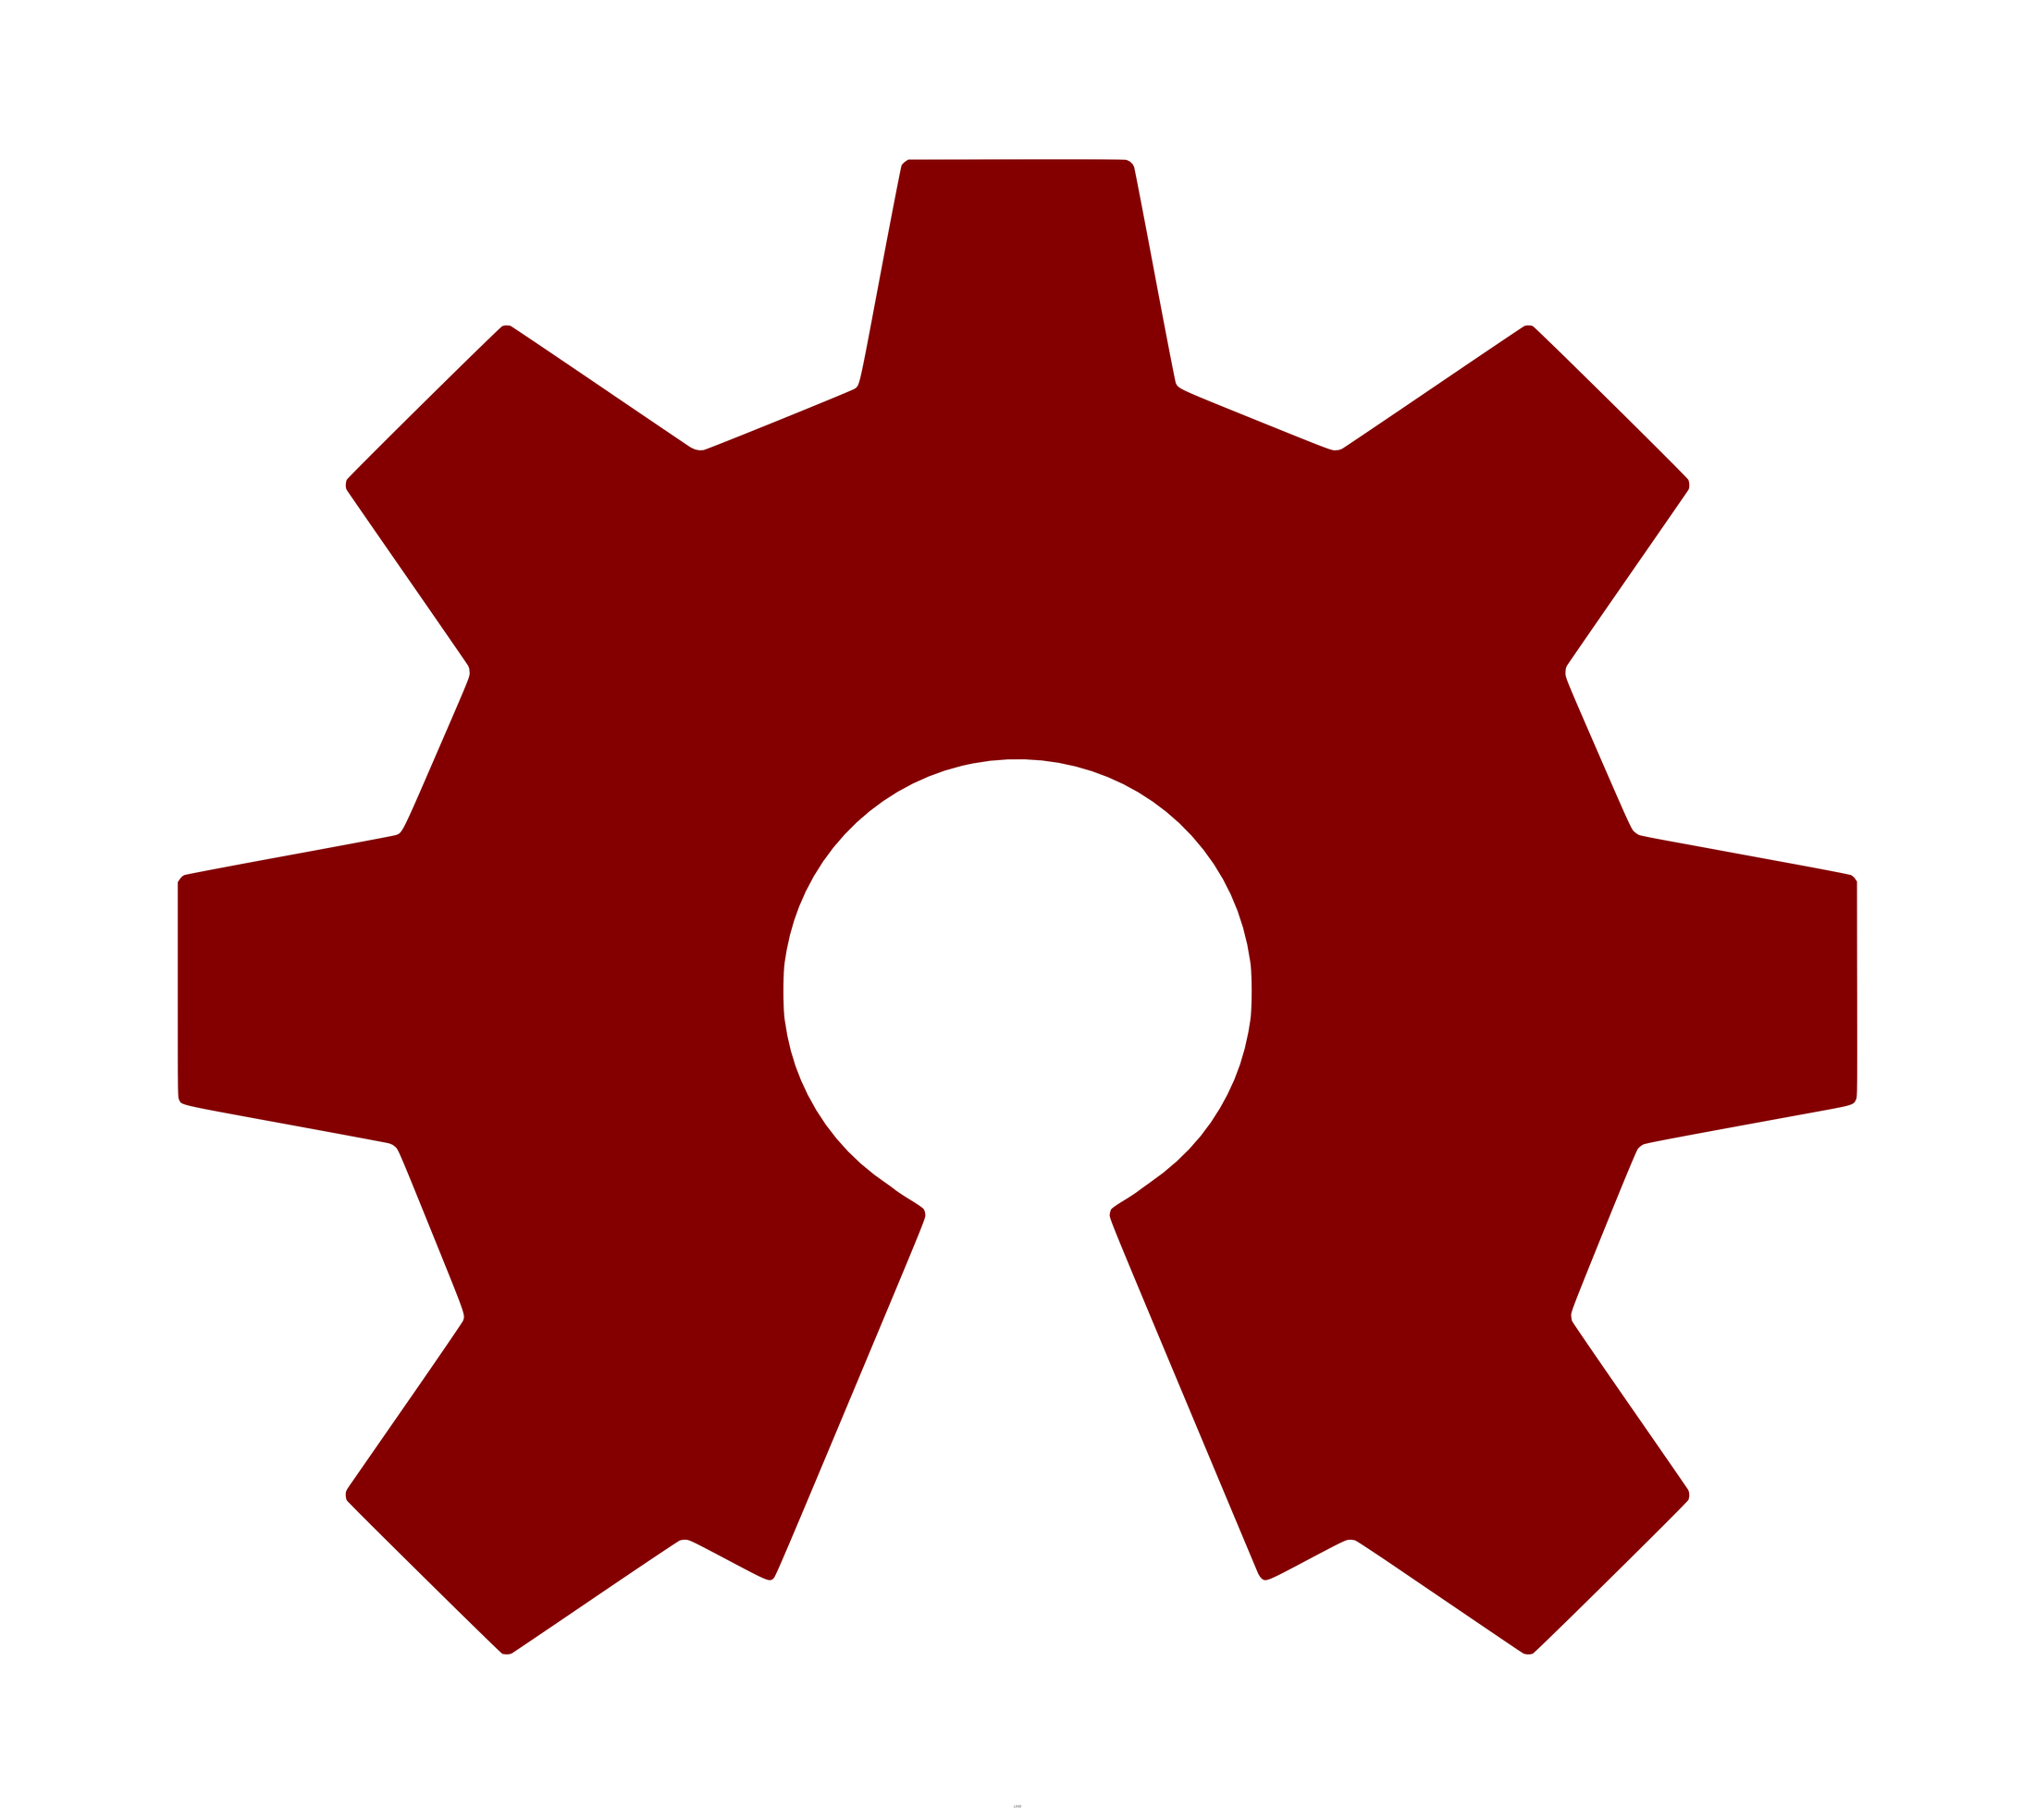
<source format=kicad_sym>
(kicad_symbol_lib
  (version 20220914)
  (generator "bitmap2component")
  (generator_version "9.0")
  (symbol "LOGO"
    (pin_names
      (offset 1.016))
    (property "Reference" "#G"
      (at 0 303.76 0)
      (effects (font (size 1.27 1.27)) hide))
    (symbol "LOGO_0_0"
      (polyline (pts (xy -206.635 -303.744) (xy -205.687 -303.464) (xy -205.676 -303.458) (xy -205.324 -303.233) (xy -204.549 -302.721) (xy -203.378 -301.939) (xy -201.836 -300.904) (xy -199.949 -299.634) (xy -197.742 -298.145) (xy -195.24 -296.456) (xy -192.469 -294.582) (xy -189.455 -292.542) (xy -186.223 -290.353) (xy -182.799 -288.032) (xy -179.208 -285.596) (xy -175.476 -283.062) (xy -171.629 -280.449) (xy -171.293 -280.221) (xy -167.449 -277.611) (xy -163.719 -275.084) (xy -160.128 -272.656) (xy -156.703 -270.344) (xy -153.47 -268.166) (xy -150.453 -266.139) (xy -147.68 -264.281) (xy -145.175 -262.608) (xy -142.965 -261.138) (xy -141.076 -259.889) (xy -139.534 -258.877) (xy -138.363 -258.12) (xy -137.59 -257.635) (xy -137.242 -257.439) (xy -136.1 -257.197) (xy -134.634 -257.185) (xy -134.598 -257.188) (xy -134.244 -257.24) (xy -133.829 -257.344) (xy -133.316 -257.519) (xy -132.666 -257.783) (xy -131.842 -258.154) (xy -130.805 -258.652) (xy -129.517 -259.296) (xy -127.939 -260.104) (xy -126.034 -261.094) (xy -123.764 -262.286) (xy -121.09 -263.698) (xy -117.974 -265.349) (xy -116.358 -266.207) (xy -113.295 -267.828) (xy -110.661 -269.215) (xy -108.417 -270.382) (xy -106.529 -271.344) (xy -104.959 -272.115) (xy -103.671 -272.711) (xy -102.629 -273.144) (xy -101.797 -273.431) (xy -101.138 -273.585) (xy -100.615 -273.621) (xy -100.194 -273.554) (xy -99.836 -273.398) (xy -99.507 -273.168) (xy -99.169 -272.878) (xy -99.075 -272.769) (xy -98.928 -272.539) (xy -98.731 -272.181) (xy -98.477 -271.68) (xy -98.159 -271.019) (xy -97.771 -270.181) (xy -97.305 -269.151) (xy -96.755 -267.913) (xy -96.114 -266.45) (xy -95.375 -264.746) (xy -94.531 -262.785) (xy -93.575 -260.55) (xy -92.5 -258.026) (xy -91.3 -255.197) (xy -89.967 -252.046) (xy -88.495 -248.557) (xy -86.876 -244.714) (xy -85.105 -240.501) (xy -83.173 -235.901) (xy -81.074 -230.899) (xy -78.802 -225.477) (xy -76.349 -219.621) (xy -73.708 -213.314) (xy -70.873 -206.54) (xy -67.837 -199.282) (xy -65.162 -192.889) (xy -62.355 -186.177) (xy -59.744 -179.933) (xy -57.321 -174.137) (xy -55.08 -168.774) (xy -53.013 -163.826) (xy -51.114 -159.276) (xy -49.375 -155.107) (xy -47.79 -151.3) (xy -46.351 -147.84) (xy -45.052 -144.709) (xy -43.885 -141.89) (xy -42.843 -139.365) (xy -41.92 -137.117) (xy -41.108 -135.129) (xy -40.4 -133.384) (xy -39.789 -131.865) (xy -39.268 -130.554) (xy -38.831 -129.434) (xy -38.469 -128.488) (xy -38.177 -127.698) (xy -37.946 -127.048) (xy -37.771 -126.521) (xy -37.643 -126.098) (xy -37.556 -125.763) (xy -37.504 -125.498) (xy -37.477 -125.287) (xy -37.471 -125.112) (xy -37.478 -124.956) (xy -37.688 -123.69) (xy -38.159 -122.659) (xy -38.167 -122.648) (xy -38.599 -122.247) (xy -39.421 -121.63) (xy -40.552 -120.851) (xy -41.914 -119.966) (xy -43.428 -119.029) (xy -44.97 -118.079) (xy -46.504 -117.103) (xy -47.892 -116.189) (xy -49.028 -115.408) (xy -49.801 -114.832) (xy -50.461 -114.316) (xy -51.622 -113.449) (xy -52.929 -112.506) (xy -54.206 -111.616) (xy -58.224 -108.72) (xy -63.736 -104.189) (xy -68.871 -99.273) (xy -73.613 -93.992) (xy -77.945 -88.364) (xy -81.852 -82.407) (xy -85.318 -76.139) (xy -88.018 -70.34) (xy -90.292 -64.443) (xy -92.142 -58.407) (xy -93.598 -52.134) (xy -94.689 -45.531) (xy -94.824 -44.342) (xy -94.984 -42.23) (xy -95.1 -39.778) (xy -95.173 -37.096) (xy -95.201 -34.294) (xy -95.185 -31.481) (xy -95.126 -28.768) (xy -95.022 -26.264) (xy -94.875 -24.078) (xy -94.684 -22.322) (xy -93.859 -17.275) (xy -92.521 -11.143) (xy -90.839 -5.274) (xy -88.785 0.443) (xy -86.072 6.624) (xy -82.779 12.838) (xy -79.049 18.761) (xy -74.903 24.373) (xy -70.364 29.655) (xy -65.457 34.587) (xy -60.202 39.149) (xy -54.624 43.322) (xy -48.744 47.086) (xy -42.586 50.421) (xy -36.172 53.308) (xy -29.526 55.726) (xy -22.669 57.657) (xy -18.148 58.635) (xy -11.127 59.711) (xy -4.098 60.264) (xy 2.911 60.303) (xy 9.874 59.836) (xy 16.761 58.871) (xy 23.546 57.417) (xy 30.201 55.483) (xy 36.697 53.076) (xy 43.008 50.206) (xy 49.105 46.88) (xy 54.961 43.108) (xy 60.548 38.896) (xy 65.838 34.255) (xy 70.804 29.192) (xy 71.025 28.948) (xy 75.663 23.419) (xy 79.825 17.628) (xy 83.507 11.577) (xy 86.709 5.272) (xy 89.429 -1.285) (xy 91.665 -8.09) (xy 93.415 -15.138) (xy 94.678 -22.428) (xy 94.8 -23.467) (xy 94.966 -25.553) (xy 95.087 -27.996) (xy 95.162 -30.683) (xy 95.193 -33.502) (xy 95.178 -36.341) (xy 95.119 -39.089) (xy 95.014 -41.633) (xy 94.865 -43.863) (xy 94.67 -45.666) (xy 93.844 -50.744) (xy 92.36 -57.448) (xy 90.459 -63.869) (xy 88.123 -70.065) (xy 85.335 -76.094) (xy 82.368 -81.529) (xy 78.581 -87.46) (xy 74.387 -93.049) (xy 69.772 -98.312) (xy 64.722 -103.266) (xy 59.222 -107.925) (xy 53.258 -112.308) (xy 52.809 -112.618) (xy 51.499 -113.546) (xy 50.192 -114.5) (xy 49.111 -115.315) (xy 48.499 -115.766) (xy 47.374 -116.539) (xy 45.99 -117.449) (xy 44.469 -118.418) (xy 42.93 -119.366) (xy 41.7 -120.126) (xy 40.365 -120.993) (xy 39.263 -121.755) (xy 38.474 -122.357) (xy 38.078 -122.744) (xy 37.901 -123.089) (xy 37.63 -123.976) (xy 37.477 -124.973) (xy 37.473 -125.057) (xy 37.473 -125.223) (xy 37.49 -125.419) (xy 37.532 -125.662) (xy 37.605 -125.97) (xy 37.718 -126.36) (xy 37.875 -126.849) (xy 38.086 -127.456) (xy 38.357 -128.196) (xy 38.694 -129.089) (xy 39.106 -130.15) (xy 39.599 -131.398) (xy 40.18 -132.849) (xy 40.857 -134.522) (xy 41.636 -136.434) (xy 42.525 -138.601) (xy 43.531 -141.042) (xy 44.66 -143.773) (xy 45.92 -146.813) (xy 47.319 -150.178) (xy 48.862 -153.886) (xy 50.558 -157.954) (xy 52.413 -162.4) (xy 54.434 -167.241) (xy 56.629 -172.494) (xy 59.004 -178.177) (xy 61.567 -184.307) (xy 64.325 -190.902) (xy 67.285 -197.979) (xy 68.842 -201.701) (xy 71.304 -207.587) (xy 73.71 -213.338) (xy 76.051 -218.935) (xy 78.319 -224.356) (xy 80.505 -229.582) (xy 82.602 -234.592) (xy 84.599 -239.366) (xy 86.49 -243.884) (xy 88.265 -248.125) (xy 89.916 -252.07) (xy 91.435 -255.698) (xy 92.813 -258.988) (xy 94.041 -261.921) (xy 95.111 -264.476) (xy 96.015 -266.633) (xy 96.744 -268.372) (xy 97.29 -269.672) (xy 97.643 -270.513) (xy 97.797 -270.875) (xy 98.043 -271.372) (xy 98.633 -272.284) (xy 99.234 -272.95) (xy 99.367 -273.06) (xy 99.699 -273.309) (xy 100.039 -273.495) (xy 100.424 -273.602) (xy 100.889 -273.615) (xy 101.471 -273.52) (xy 102.207 -273.302) (xy 103.132 -272.946) (xy 104.284 -272.437) (xy 105.699 -271.761) (xy 107.413 -270.903) (xy 109.462 -269.848) (xy 111.883 -268.581) (xy 114.713 -267.088) (xy 117.987 -265.354) (xy 118.001 -265.347) (xy 121.122 -263.695) (xy 123.801 -262.282) (xy 126.076 -261.089) (xy 127.985 -260.098) (xy 129.566 -259.289) (xy 130.857 -258.645) (xy 131.897 -258.147) (xy 132.722 -257.776) (xy 133.372 -257.513) (xy 133.884 -257.339) (xy 134.297 -257.237) (xy 134.647 -257.188) (xy 135.99 -257.187) (xy 137.242 -257.435) (xy 137.513 -257.573) (xy 138.234 -258.006) (xy 139.336 -258.701) (xy 140.78 -259.633) (xy 142.526 -260.776) (xy 144.537 -262.106) (xy 146.774 -263.595) (xy 149.197 -265.219) (xy 151.768 -266.953) (xy 154.448 -268.77) (xy 159.232 -272.022) (xy 164.636 -275.695) (xy 169.62 -279.082) (xy 174.199 -282.193) (xy 178.389 -285.039) (xy 182.207 -287.632) (xy 185.668 -289.982) (xy 188.789 -292.1) (xy 191.586 -293.997) (xy 194.075 -295.684) (xy 196.271 -297.171) (xy 198.192 -298.47) (xy 199.852 -299.591) (xy 201.269 -300.546) (xy 202.458 -301.344) (xy 203.435 -301.998) (xy 204.217 -302.518) (xy 204.819 -302.915) (xy 205.257 -303.199) (xy 205.548 -303.382) (xy 205.708 -303.474) (xy 205.903 -303.562) (xy 206.993 -303.809) (xy 208.248 -303.815) (xy 209.396 -303.572) (xy 209.597 -303.422) (xy 210.175 -302.908) (xy 211.092 -302.054) (xy 212.323 -300.886) (xy 213.844 -299.429) (xy 215.629 -297.706) (xy 217.652 -295.743) (xy 219.89 -293.564) (xy 222.316 -291.195) (xy 224.906 -288.66) (xy 227.635 -285.983) (xy 230.478 -283.19) (xy 233.409 -280.306) (xy 236.404 -277.355) (xy 239.437 -274.362) (xy 242.483 -271.351) (xy 245.518 -268.348) (xy 248.516 -265.378) (xy 251.452 -262.464) (xy 254.301 -259.632) (xy 257.038 -256.907) (xy 259.639 -254.313) (xy 262.077 -251.876) (xy 264.327 -249.619) (xy 266.366 -247.568) (xy 268.167 -245.748) (xy 269.706 -244.183) (xy 270.957 -242.898) (xy 271.896 -241.917) (xy 272.497 -241.267) (xy 272.736 -240.971) (xy 272.873 -240.602) (xy 273.089 -239.362) (xy 273.034 -238.081) (xy 272.708 -237.015) (xy 272.689 -236.983) (xy 272.424 -236.579) (xy 271.87 -235.761) (xy 271.045 -234.552) (xy 269.966 -232.978) (xy 268.651 -231.065) (xy 267.118 -228.838) (xy 265.382 -226.321) (xy 263.462 -223.539) (xy 261.374 -220.518) (xy 259.136 -217.283) (xy 256.766 -213.858) (xy 254.28 -210.269) (xy 251.697 -206.54) (xy 249.032 -202.698) (xy 248.442 -201.847) (xy 245.794 -198.025) (xy 243.231 -194.32) (xy 240.77 -190.758) (xy 238.43 -187.364) (xy 236.227 -184.163) (xy 234.178 -181.181) (xy 232.301 -178.442) (xy 230.613 -175.972) (xy 229.131 -173.796) (xy 227.873 -171.939) (xy 226.855 -170.427) (xy 226.095 -169.284) (xy 225.611 -168.536) (xy 225.419 -168.207) (xy 225.306 -167.819) (xy 225.134 -166.827) (xy 225.061 -165.78) (xy 225.066 -165.623) (xy 225.1 -165.333) (xy 225.176 -164.962) (xy 225.303 -164.483) (xy 225.492 -163.87) (xy 225.753 -163.097) (xy 226.097 -162.138) (xy 226.533 -160.966) (xy 227.071 -159.555) (xy 227.722 -157.879) (xy 228.495 -155.911) (xy 229.401 -153.626) (xy 230.451 -150.996) (xy 231.653 -147.997) (xy 233.019 -144.601) (xy 234.558 -140.783) (xy 236.281 -136.516) (xy 238.197 -131.773) (xy 239.444 -128.689) (xy 241.551 -123.492) (xy 243.463 -118.792) (xy 245.182 -114.585) (xy 246.71 -110.865) (xy 248.048 -107.63) (xy 249.198 -104.875) (xy 250.162 -102.595) (xy 250.943 -100.786) (xy 251.541 -99.444) (xy 251.958 -98.564) (xy 252.197 -98.141) (xy 252.45 -97.845) (xy 253.338 -97.038) (xy 254.276 -96.427) (xy 254.356 -96.391) (xy 254.613 -96.3) (xy 254.998 -96.188) (xy 255.531 -96.053) (xy 256.23 -95.89) (xy 257.112 -95.696) (xy 258.198 -95.468) (xy 259.505 -95.202) (xy 261.052 -94.895) (xy 262.858 -94.542) (xy 264.941 -94.141) (xy 267.32 -93.689) (xy 270.012 -93.18) (xy 273.038 -92.613) (xy 276.416 -91.983) (xy 280.163 -91.287) (xy 284.299 -90.522) (xy 288.842 -89.683) (xy 293.811 -88.768) (xy 299.225 -87.773) (xy 305.101 -86.694) (xy 311.459 -85.528) (xy 318.317 -84.272) (xy 325.693 -82.921) (xy 327.061 -82.67) (xy 329.973 -82.134) (xy 332.412 -81.674) (xy 334.424 -81.276) (xy 336.055 -80.926) (xy 337.351 -80.609) (xy 338.358 -80.31) (xy 339.12 -80.016) (xy 339.685 -79.711) (xy 340.097 -79.38) (xy 340.403 -79.011) (xy 340.648 -78.587) (xy 340.878 -78.095) (xy 340.911 -78.02) (xy 340.976 -77.848) (xy 341.035 -77.638) (xy 341.089 -77.367) (xy 341.136 -77.008) (xy 341.178 -76.537) (xy 341.216 -75.929) (xy 341.248 -75.157) (xy 341.276 -74.198) (xy 341.299 -73.026) (xy 341.318 -71.615) (xy 341.334 -69.941) (xy 341.345 -67.979) (xy 341.354 -65.702) (xy 341.359 -63.087) (xy 341.362 -60.107) (xy 341.362 -56.738) (xy 341.36 -52.955) (xy 341.355 -48.731) (xy 341.349 -44.043) (xy 341.341 -38.865) (xy 341.332 -33.172) (xy 341.261 10.578) (xy 340.535 11.664) (xy 340.327 11.945) (xy 339.615 12.678) (xy 338.896 13.172) (xy 338.57 13.265) (xy 337.73 13.456) (xy 336.428 13.729) (xy 334.705 14.078) (xy 332.601 14.493) (xy 330.156 14.968) (xy 327.41 15.494) (xy 324.403 16.064) (xy 321.176 16.67) (xy 317.769 17.305) (xy 314.223 17.959) (xy 312.013 18.365) (xy 308.317 19.044) (xy 304.679 19.713) (xy 301.152 20.362) (xy 297.789 20.981) (xy 294.644 21.56) (xy 291.769 22.09) (xy 289.218 22.56) (xy 287.045 22.961) (xy 285.302 23.283) (xy 284.043 23.516) (xy 283.663 23.586) (xy 281.832 23.925) (xy 279.591 24.338) (xy 277.038 24.807) (xy 274.277 25.314) (xy 271.406 25.841) (xy 268.529 26.368) (xy 265.744 26.877) (xy 264.108 27.178) (xy 261.668 27.634) (xy 259.399 28.066) (xy 257.362 28.463) (xy 255.618 28.813) (xy 254.229 29.102) (xy 253.255 29.32) (xy 252.758 29.454) (xy 252.27 29.686) (xy 251.358 30.286) (xy 250.521 31.008) (xy 250.484 31.047) (xy 250.297 31.265) (xy 250.087 31.557) (xy 249.843 31.95) (xy 249.552 32.47) (xy 249.202 33.144) (xy 248.782 33.998) (xy 248.28 35.058) (xy 247.683 36.351) (xy 246.979 37.903) (xy 246.157 39.741) (xy 245.205 41.891) (xy 244.109 44.38) (xy 242.86 47.233) (xy 241.444 50.478) (xy 239.849 54.141) (xy 238.064 58.247) (xy 236.077 62.825) (xy 235.643 63.825) (xy 233.718 68.259) (xy 231.995 72.23) (xy 230.463 75.766) (xy 229.111 78.892) (xy 227.927 81.638) (xy 226.9 84.029) (xy 226.019 86.094) (xy 225.273 87.86) (xy 224.651 89.355) (xy 224.141 90.605) (xy 223.731 91.638) (xy 223.412 92.482) (xy 223.172 93.164) (xy 222.999 93.711) (xy 222.882 94.151) (xy 222.81 94.511) (xy 222.772 94.818) (xy 222.757 95.101) (xy 222.753 95.385) (xy 222.765 96.076) (xy 222.912 97.295) (xy 223.247 98.207) (xy 223.326 98.333) (xy 223.699 98.893) (xy 224.355 99.86) (xy 225.276 101.21) (xy 226.447 102.918) (xy 227.85 104.96) (xy 229.468 107.311) (xy 231.284 109.946) (xy 233.281 112.841) (xy 235.442 115.971) (xy 237.751 119.312) (xy 240.19 122.839) (xy 242.743 126.527) (xy 245.392 130.352) (xy 248.121 134.29) (xy 249.678 136.536) (xy 252.359 140.405) (xy 254.948 144.143) (xy 257.429 147.726) (xy 259.786 151.132) (xy 262.001 154.334) (xy 264.058 157.31) (xy 265.94 160.033) (xy 267.63 162.482) (xy 269.111 164.63) (xy 270.367 166.454) (xy 271.382 167.93) (xy 272.137 169.032) (xy 272.617 169.738) (xy 272.804 170.023) (xy 273.028 170.751) (xy 273.106 171.836) (xy 273.007 172.983) (xy 272.736 173.958) (xy 272.575 174.165) (xy 272.045 174.747) (xy 271.173 175.662) (xy 269.982 176.888) (xy 268.499 178.399) (xy 266.749 180.169) (xy 264.756 182.176) (xy 262.546 184.393) (xy 260.144 186.796) (xy 257.574 189.361) (xy 254.862 192.061) (xy 252.034 194.874) (xy 249.113 197.773) (xy 246.125 200.734) (xy 243.096 203.732) (xy 240.05 206.743) (xy 237.012 209.742) (xy 234.007 212.704) (xy 231.061 215.603) (xy 228.199 218.417) (xy 225.445 221.119) (xy 222.825 223.684) (xy 220.363 226.089) (xy 218.086 228.308) (xy 216.017 230.316) (xy 214.182 232.089) (xy 212.607 233.602) (xy 211.315 234.831) (xy 210.333 235.749) (xy 209.685 236.333) (xy 209.396 236.558) (xy 208.59 236.761) (xy 207.284 236.818) (xy 206.115 236.589) (xy 205.948 236.492) (xy 205.345 236.104) (xy 204.334 235.439) (xy 202.939 234.512) (xy 201.184 233.339) (xy 199.094 231.937) (xy 196.692 230.323) (xy 194.004 228.513) (xy 191.054 226.523) (xy 187.865 224.369) (xy 184.463 222.068) (xy 180.872 219.637) (xy 177.115 217.092) (xy 173.218 214.448) (xy 169.204 211.724) (xy 166.403 209.822) (xy 162.456 207.144) (xy 158.637 204.555) (xy 154.971 202.073) (xy 151.483 199.714) (xy 148.198 197.493) (xy 145.141 195.429) (xy 142.335 193.539) (xy 139.807 191.837) (xy 137.58 190.342) (xy 135.68 189.07) (xy 134.131 188.037) (xy 132.958 187.26) (xy 132.185 186.756) (xy 131.838 186.542) (xy 130.613 186.117) (xy 129.043 185.974) (xy 128.825 185.979) (xy 128.528 186.006) (xy 128.176 186.066) (xy 127.741 186.169) (xy 127.193 186.327) (xy 126.506 186.55) (xy 125.65 186.849) (xy 124.599 187.234) (xy 123.323 187.717) (xy 121.795 188.308) (xy 119.986 189.018) (xy 117.869 189.858) (xy 115.415 190.839) (xy 112.597 191.97) (xy 109.386 193.265) (xy 105.754 194.732) (xy 101.672 196.383) (xy 97.114 198.228) (xy 93.362 199.748) (xy 89.103 201.473) (xy 85.3 203.015) (xy 81.927 204.387) (xy 78.957 205.601) (xy 76.362 206.669) (xy 74.116 207.604) (xy 72.191 208.418) (xy 70.561 209.124) (xy 69.199 209.733) (xy 68.078 210.259) (xy 67.17 210.713) (xy 66.448 211.109) (xy 65.886 211.458) (xy 65.457 211.773) (xy 65.133 212.066) (xy 64.887 212.35) (xy 64.693 212.638) (xy 64.524 212.94) (xy 64.352 213.271) (xy 64.288 213.491) (xy 64.123 214.225) (xy 63.867 215.441) (xy 63.529 217.109) (xy 63.111 219.2) (xy 62.622 221.687) (xy 62.065 224.54) (xy 61.447 227.732) (xy 60.772 231.232) (xy 60.047 235.013) (xy 59.278 239.047) (xy 58.469 243.303) (xy 57.626 247.755) (xy 56.754 252.372) (xy 55.86 257.127) (xy 55.187 260.712) (xy 54.309 265.376) (xy 53.457 269.885) (xy 52.638 274.21) (xy 51.856 278.322) (xy 51.119 282.191) (xy 50.43 285.789) (xy 49.796 289.088) (xy 49.222 292.057) (xy 48.714 294.669) (xy 48.278 296.894) (xy 47.918 298.703) (xy 47.641 300.068) (xy 47.452 300.959) (xy 47.356 301.347) (xy 46.781 302.417) (xy 45.698 303.468) (xy 44.301 304.129) (xy 44.101 304.158) (xy 43.453 304.197) (xy 42.376 304.232) (xy 40.861 304.263) (xy 38.897 304.289) (xy 36.475 304.311) (xy 33.585 304.328) (xy 30.218 304.342) (xy 26.363 304.351) (xy 22.011 304.357) (xy 17.152 304.358) (xy 11.776 304.356) (xy 5.873 304.349) (xy -0.566 304.339) (xy -44.422 304.26) (xy -45.555 303.518) (xy -45.88 303.284) (xy -46.626 302.6) (xy -47.126 301.938) (xy -47.202 301.674) (xy -47.378 300.895) (xy -47.643 299.637) (xy -47.992 297.928) (xy -48.419 295.798) (xy -48.918 293.274) (xy -49.483 290.385) (xy -50.11 287.16) (xy -50.793 283.627) (xy -51.526 279.815) (xy -52.303 275.751) (xy -53.12 271.465) (xy -53.97 266.986) (xy -54.848 262.341) (xy -55.748 257.559) (xy -56.397 254.104) (xy -57.417 248.678) (xy -58.344 243.745) (xy -59.185 239.28) (xy -59.945 235.26) (xy -60.629 231.659) (xy -61.242 228.454) (xy -61.791 225.62) (xy -62.281 223.134) (xy -62.716 220.971) (xy -63.103 219.107) (xy -63.447 217.517) (xy -63.753 216.178) (xy -64.027 215.065) (xy -64.275 214.154) (xy -64.5 213.421) (xy -64.71 212.841) (xy -64.91 212.39) (xy -65.105 212.045) (xy -65.299 211.781) (xy -65.5 211.573) (xy -65.712 211.398) (xy -65.941 211.231) (xy -66.192 211.047) (xy -66.215 211.032) (xy -66.655 210.812) (xy -67.558 210.408) (xy -68.884 209.835) (xy -70.596 209.109) (xy -72.654 208.246) (xy -75.021 207.26) (xy -77.657 206.169) (xy -80.525 204.987) (xy -83.585 203.729) (xy -86.8 202.413) (xy -90.13 201.053) (xy -93.537 199.665) (xy -96.982 198.265) (xy -100.427 196.868) (xy -103.834 195.49) (xy -107.164 194.146) (xy -110.378 192.853) (xy -113.438 191.626) (xy -116.305 190.48) (xy -118.941 189.431) (xy -121.307 188.496) (xy -123.364 187.689) (xy -125.075 187.025) (xy -126.4 186.522) (xy -127.302 186.194) (xy -127.74 186.058) (xy -129.305 185.979) (xy -131.108 186.337) (xy -132.833 187.133) (xy -132.984 187.23) (xy -133.593 187.634) (xy -134.614 188.318) (xy -136.02 189.264) (xy -137.787 190.456) (xy -139.89 191.876) (xy -142.303 193.507) (xy -145.002 195.334) (xy -147.96 197.337) (xy -151.154 199.501) (xy -154.558 201.808) (xy -158.146 204.241) (xy -161.894 206.784) (xy -165.776 209.419) (xy -169.767 212.129) (xy -172.1 213.713) (xy -176.014 216.368) (xy -179.798 218.932) (xy -183.427 221.389) (xy -186.876 223.722) (xy -190.121 225.913) (xy -193.137 227.948) (xy -195.9 229.809) (xy -198.385 231.479) (xy -200.567 232.942) (xy -202.422 234.182) (xy -203.926 235.182) (xy -205.053 235.925) (xy -205.779 236.395) (xy -206.08 236.576) (xy -206.803 236.762) (xy -208.14 236.813) (xy -209.396 236.558) (xy -209.597 236.408) (xy -210.175 235.894) (xy -211.092 235.041) (xy -212.323 233.873) (xy -213.844 232.415) (xy -215.629 230.692) (xy -217.652 228.729) (xy -219.89 226.551) (xy -222.316 224.181) (xy -224.907 221.646) (xy -227.636 218.97) (xy -230.478 216.177) (xy -233.41 213.292) (xy -236.404 210.341) (xy -239.437 207.348) (xy -242.484 204.338) (xy -245.519 201.335) (xy -248.517 198.364) (xy -251.453 195.45) (xy -254.302 192.619) (xy -257.039 189.893) (xy -259.639 187.3) (xy -262.077 184.862) (xy -264.328 182.606) (xy -266.367 180.555) (xy -268.168 178.734) (xy -269.707 177.169) (xy -270.958 175.885) (xy -271.897 174.905) (xy -272.498 174.254) (xy -272.736 173.958) (xy -272.986 173.104) (xy -273.104 171.959) (xy -273.043 170.85) (xy -272.799 170.014) (xy -272.73 169.906) (xy -272.376 169.38) (xy -271.738 168.447) (xy -270.834 167.13) (xy -269.681 165.454) (xy -268.295 163.444) (xy -266.693 161.123) (xy -264.892 158.516) (xy -262.909 155.648) (xy -260.761 152.541) (xy -258.463 149.221) (xy -256.034 145.713) (xy -253.49 142.04) (xy -250.847 138.226) (xy -248.122 134.296) (xy -246.618 132.126) (xy -243.931 128.248) (xy -241.333 124.496) (xy -238.84 120.894) (xy -236.471 117.467) (xy -234.241 114.239) (xy -232.168 111.235) (xy -230.268 108.48) (xy -228.559 105.998) (xy -227.058 103.814) (xy -225.781 101.953) (xy -224.746 100.438) (xy -223.969 99.295) (xy -223.467 98.548) (xy -223.258 98.222) (xy -222.885 97.124) (xy -222.74 95.503) (xy -222.741 95.244) (xy -222.756 94.969) (xy -222.797 94.662) (xy -222.873 94.296) (xy -222.997 93.843) (xy -223.18 93.276) (xy -223.432 92.569) (xy -223.766 91.693) (xy -224.191 90.621) (xy -224.72 89.326) (xy -225.363 87.78) (xy -226.133 85.956) (xy -227.039 83.827) (xy -228.093 81.365) (xy -229.306 78.543) (xy -230.689 75.335) (xy -232.255 71.711) (xy -234.012 67.645) (xy -235.974 63.11) (xy -236.676 61.488) (xy -238.635 56.959) (xy -240.396 52.892) (xy -241.971 49.262) (xy -243.373 46.043) (xy -244.615 43.209) (xy -245.71 40.735) (xy -246.67 38.594) (xy -247.508 36.762) (xy -248.237 35.213) (xy -248.87 33.92) (xy -249.419 32.858) (xy -249.897 32.002) (xy -250.318 31.326) (xy -250.693 30.804) (xy -251.036 30.411) (xy -251.359 30.12) (xy -251.675 29.907) (xy -251.997 29.745) (xy -252.338 29.608) (xy -252.71 29.472) (xy -252.832 29.439) (xy -253.47 29.298) (xy -254.601 29.067) (xy -256.196 28.752) (xy -258.224 28.359) (xy -260.657 27.893) (xy -263.462 27.359) (xy -266.612 26.764) (xy -270.077 26.113) (xy -273.825 25.411) (xy -277.828 24.665) (xy -282.055 23.88) (xy -286.478 23.061) (xy -291.065 22.214) (xy -295.787 21.346) (xy -298.043 20.931) (xy -302.703 20.071) (xy -307.213 19.236) (xy -311.543 18.431) (xy -315.663 17.662) (xy -319.544 16.934) (xy -323.155 16.254) (xy -326.467 15.626) (xy -329.451 15.056) (xy -332.076 14.55) (xy -334.313 14.114) (xy -336.131 13.753) (xy -337.502 13.473) (xy -338.395 13.279) (xy -338.78 13.178) (xy -339.663 12.62) (xy -340.624 11.505) (xy -341.398 10.297) (xy -341.398 -33.435) (xy -341.398 -38.219) (xy -341.397 -43.477) (xy -341.396 -48.239) (xy -341.394 -52.533) (xy -341.391 -56.383) (xy -341.387 -59.813) (xy -341.38 -62.85) (xy -341.371 -65.518) (xy -341.36 -67.843) (xy -341.346 -69.849) (xy -341.329 -71.562) (xy -341.308 -73.007) (xy -341.284 -74.209) (xy -341.255 -75.193) (xy -341.223 -75.984) (xy -341.185 -76.608) (xy -341.143 -77.089) (xy -341.095 -77.453) (xy -341.042 -77.724) (xy -340.983 -77.929) (xy -340.918 -78.091) (xy -340.846 -78.237) (xy -340.723 -78.492) (xy -340.605 -78.741) (xy -340.48 -78.971) (xy -340.323 -79.185) (xy -340.107 -79.39) (xy -339.808 -79.593) (xy -339.4 -79.797) (xy -338.859 -80.01) (xy -338.159 -80.236) (xy -337.274 -80.483) (xy -336.181 -80.754) (xy -334.853 -81.057) (xy -333.265 -81.396) (xy -331.392 -81.778) (xy -329.21 -82.208) (xy -326.692 -82.692) (xy -323.813 -83.236) (xy -320.549 -83.845) (xy -316.875 -84.525) (xy -312.764 -85.283) (xy -308.191 -86.123) (xy -303.133 -87.051) (xy -297.562 -88.073) (xy -296.409 -88.285) (xy -291.781 -89.136) (xy -287.291 -89.963) (xy -282.971 -90.761) (xy -278.852 -91.523) (xy -274.964 -92.245) (xy -271.337 -92.92) (xy -268.002 -93.542) (xy -264.99 -94.106) (xy -262.332 -94.607) (xy -260.058 -95.038) (xy -258.198 -95.393) (xy -256.783 -95.668) (xy -255.845 -95.856) (xy -255.413 -95.951) (xy -254.054 -96.517) (xy -252.801 -97.503) (xy -252.67 -97.639) (xy -252.492 -97.848) (xy -252.302 -98.116) (xy -252.086 -98.466) (xy -251.835 -98.927) (xy -251.537 -99.523) (xy -251.181 -100.281) (xy -250.756 -101.228) (xy -250.251 -102.389) (xy -249.654 -103.79) (xy -248.955 -105.458) (xy -248.143 -107.418) (xy -247.206 -109.698) (xy -246.133 -112.322) (xy -244.914 -115.318) (xy -243.537 -118.711) (xy -241.99 -122.528) (xy -240.264 -126.794) (xy -238.346 -131.537) (xy -236.595 -135.867) (xy -234.819 -140.26) (xy -233.228 -144.202) (xy -231.811 -147.718) (xy -230.56 -150.835) (xy -229.465 -153.58) (xy -228.517 -155.979) (xy -227.707 -158.059) (xy -227.024 -159.847) (xy -226.461 -161.368) (xy -226.007 -162.649) (xy -225.653 -163.717) (xy -225.39 -164.598) (xy -225.208 -165.319) (xy -225.098 -165.906) (xy -225.05 -166.387) (xy -225.056 -166.786) (xy -225.106 -167.132) (xy -225.19 -167.45) (xy -225.299 -167.766) (xy -225.424 -168.108) (xy -225.573 -168.376) (xy -226.021 -169.079) (xy -226.745 -170.179) (xy -227.728 -171.65) (xy -228.953 -173.467) (xy -230.401 -175.601) (xy -232.055 -178.029) (xy -233.898 -180.724) (xy -235.91 -183.66) (xy -238.075 -186.81) (xy -240.375 -190.149) (xy -242.792 -193.652) (xy -245.309 -197.291) (xy -247.906 -201.041) (xy -249.978 -204.029) (xy -252.546 -207.731) (xy -255.031 -211.316) (xy -257.416 -214.756) (xy -259.682 -218.024) (xy -261.809 -221.092) (xy -263.779 -223.933) (xy -265.572 -226.519) (xy -267.17 -228.824) (xy -268.553 -230.821) (xy -269.704 -232.48) (xy -270.602 -233.776) (xy -271.229 -234.682) (xy -271.566 -235.169) (xy -272.23 -236.148) (xy -272.707 -236.94) (xy -272.975 -237.568) (xy -273.092 -238.173) (xy -273.118 -238.898) (xy -273.094 -239.46) (xy -272.952 -240.418) (xy -272.726 -241.111) (xy -272.546 -241.328) (xy -271.996 -241.915) (xy -271.105 -242.834) (xy -269.899 -244.063) (xy -268.403 -245.575) (xy -266.641 -247.346) (xy -264.638 -249.351) (xy -262.42 -251.567) (xy -260.011 -253.967) (xy -257.437 -256.527) (xy -254.723 -259.223) (xy -251.893 -262.03) (xy -248.973 -264.923) (xy -245.987 -267.877) (xy -242.961 -270.868) (xy -239.92 -273.871) (xy -236.889 -276.861) (xy -233.892 -279.814) (xy -230.955 -282.705) (xy -228.103 -285.509) (xy -225.361 -288.202) (xy -222.753 -290.758) (xy -220.305 -293.153) (xy -218.043 -295.363) (xy -215.99 -297.362) (xy -214.172 -299.126) (xy -212.614 -300.63) (xy -211.341 -301.85) (xy -210.378 -302.761) (xy -209.75 -303.338) (xy -209.482 -303.556) (xy -208.988 -303.7) (xy -207.825 -303.825) (xy -206.635 -303.744)) (stroke (width 0.01) (type default)) (fill (type outline))))))
</source>
